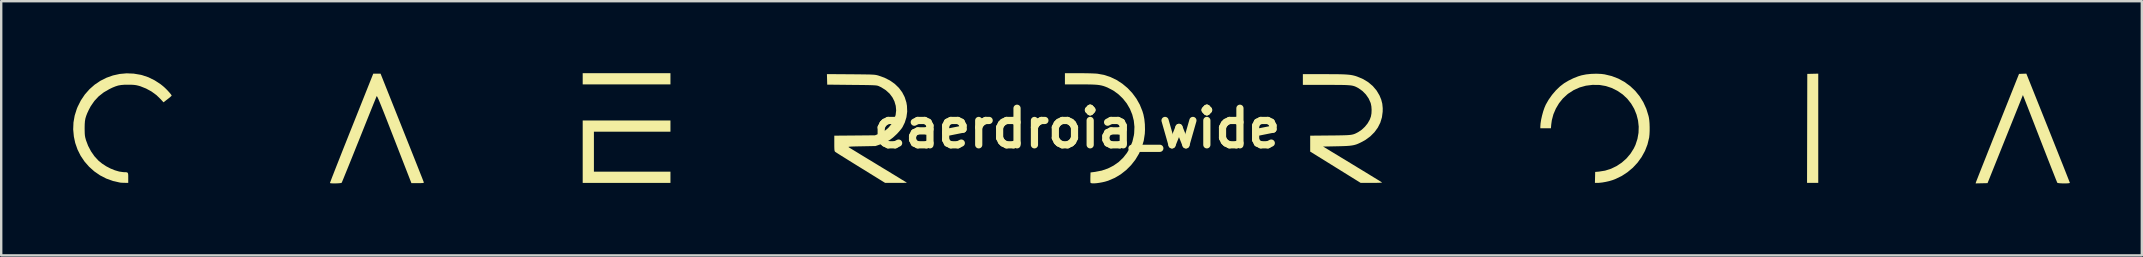
<source format=kicad_pcb>
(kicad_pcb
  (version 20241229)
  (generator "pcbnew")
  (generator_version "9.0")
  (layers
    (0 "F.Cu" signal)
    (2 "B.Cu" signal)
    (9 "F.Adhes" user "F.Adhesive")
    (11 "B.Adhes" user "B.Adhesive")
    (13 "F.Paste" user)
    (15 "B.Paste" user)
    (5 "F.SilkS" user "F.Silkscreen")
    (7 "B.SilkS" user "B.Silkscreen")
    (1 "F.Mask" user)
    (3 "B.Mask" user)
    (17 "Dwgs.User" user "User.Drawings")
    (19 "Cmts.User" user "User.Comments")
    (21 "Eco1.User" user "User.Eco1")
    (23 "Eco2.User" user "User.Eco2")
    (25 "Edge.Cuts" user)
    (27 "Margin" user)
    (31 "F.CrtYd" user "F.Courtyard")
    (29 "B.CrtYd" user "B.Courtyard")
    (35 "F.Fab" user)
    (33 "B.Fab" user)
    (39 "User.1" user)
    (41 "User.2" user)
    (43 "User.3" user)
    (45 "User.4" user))
  (footprint "caerdroia_wide"
    (layer "F.Cu")
    (at 41.837 2.296)
    (property "Reference" "caerdroia_wide" (at 0 0 0) (layer "F.SilkS") (effects (font (size 1.524 1.524) (thickness 0.3))))
    (attr board_only exclude_from_pos_files exclude_from_bom)
    (fp_poly (pts (xy -16.947 -1.829) (xy -20.604 -1.829) (xy -20.604 -2.296) (xy -16.947 -2.296)) (stroke (width 0) (type solid)) (fill yes) (layer "F.SilkS"))
    (fp_poly (pts (xy 30.886 2.276) (xy 30.419 2.276) (xy 30.429 -2.266) (xy 30.886 -2.277)) (stroke (width 0) (type solid)) (fill yes) (layer "F.SilkS"))
    (fp_poly (pts (xy -16.947 0.142) (xy -20.137 0.142) (xy -20.137 1.808) (xy -16.947 1.808) (xy -16.947 2.276) (xy -20.604 2.276) (xy -20.604 -0.325) (xy -16.947 -0.325)) (stroke (width 0) (type solid)) (fill yes) (layer "F.SilkS"))
    (fp_poly (pts (xy 40.465 -0.011) (xy 40.581 0.279) (xy 40.692 0.558) (xy 40.798 0.824) (xy 40.898 1.075) (xy 40.991 1.309) (xy 41.077 1.523) (xy 41.153 1.716) (xy 41.219 1.883) (xy 41.275 2.025) (xy 41.319 2.137) (xy 41.35 2.217) (xy 41.368 2.264) (xy 41.372 2.276) (xy 41.353 2.285) (xy 41.303 2.292) (xy 41.231 2.296) (xy 41.145 2.297) (xy 41.057 2.296) (xy 40.973 2.292) (xy 40.905 2.286) (xy 40.86 2.277) (xy 40.849 2.271) (xy 40.838 2.248) (xy 40.815 2.191) (xy 40.778 2.101) (xy 40.731 1.982) (xy 40.673 1.835) (xy 40.605 1.664) (xy 40.53 1.472) (xy 40.447 1.262) (xy 40.359 1.035) (xy 40.265 0.795) (xy 40.173 0.559) (xy 40.075 0.306) (xy 39.98 0.062) (xy 39.89 -0.171) (xy 39.805 -0.389) (xy 39.727 -0.589) (xy 39.657 -0.769) (xy 39.596 -0.926) (xy 39.545 -1.056) (xy 39.505 -1.157) (xy 39.479 -1.225) (xy 39.466 -1.256) (xy 39.415 -1.385) (xy 37.941 2.286) (xy 37.445 2.297) (xy 37.457 2.251) (xy 37.466 2.227) (xy 37.489 2.167) (xy 37.526 2.074) (xy 37.574 1.95) (xy 37.634 1.799) (xy 37.704 1.621) (xy 37.784 1.42) (xy 37.872 1.199) (xy 37.967 0.958) (xy 38.07 0.701) (xy 38.177 0.43) (xy 38.29 0.148) (xy 38.361 -0.03) (xy 39.253 -2.266) (xy 39.406 -2.272) (xy 39.558 -2.277)) (stroke (width 0) (type solid)) (fill yes) (layer "F.SilkS"))
    (fp_poly (pts (xy 0.233 -2.295) (xy 0.392 -2.293) (xy 0.541 -2.29) (xy 0.672 -2.285) (xy 0.777 -2.28) (xy 0.848 -2.274) (xy 1.124 -2.224) (xy 1.391 -2.135) (xy 1.645 -2.013) (xy 1.883 -1.859) (xy 2.102 -1.677) (xy 2.298 -1.469) (xy 2.469 -1.238) (xy 2.611 -0.987) (xy 2.72 -0.719) (xy 2.764 -0.573) (xy 2.802 -0.38) (xy 2.824 -0.164) (xy 2.829 0.06) (xy 2.821 0.229) (xy 2.777 0.515) (xy 2.695 0.792) (xy 2.579 1.057) (xy 2.43 1.305) (xy 2.252 1.533) (xy 2.048 1.738) (xy 1.82 1.917) (xy 1.571 2.066) (xy 1.303 2.181) (xy 1.27 2.192) (xy 1.16 2.225) (xy 1.042 2.252) (xy 0.923 2.273) (xy 0.809 2.288) (xy 0.709 2.295) (xy 0.629 2.294) (xy 0.576 2.284) (xy 0.557 2.269) (xy 0.554 2.238) (xy 0.552 2.177) (xy 0.552 2.096) (xy 0.553 2.042) (xy 0.559 1.841) (xy 0.753 1.816) (xy 1.027 1.763) (xy 1.283 1.675) (xy 1.519 1.555) (xy 1.731 1.406) (xy 1.918 1.229) (xy 2.077 1.027) (xy 2.207 0.802) (xy 2.304 0.557) (xy 2.366 0.293) (xy 2.378 0.204) (xy 2.389 -0.061) (xy 2.362 -0.32) (xy 2.298 -0.572) (xy 2.2 -0.811) (xy 2.07 -1.034) (xy 1.909 -1.237) (xy 1.721 -1.418) (xy 1.507 -1.573) (xy 1.269 -1.697) (xy 1.247 -1.706) (xy 1.167 -1.738) (xy 1.091 -1.764) (xy 1.013 -1.784) (xy 0.929 -1.8) (xy 0.832 -1.812) (xy 0.717 -1.82) (xy 0.579 -1.825) (xy 0.413 -1.828) (xy 0.214 -1.829) (xy 0.143 -1.829) (xy -0.508 -1.829) (xy -0.508 -2.296) (xy 0.072 -2.296)) (stroke (width 0) (type solid)) (fill yes) (layer "F.SilkS"))
    (fp_poly (pts (xy -29.027 -2.275) (xy -28.129 -0.025) (xy -28.014 0.264) (xy -27.903 0.542) (xy -27.797 0.808) (xy -27.697 1.059) (xy -27.604 1.292) (xy -27.519 1.506) (xy -27.443 1.698) (xy -27.377 1.866) (xy -27.321 2.006) (xy -27.277 2.118) (xy -27.246 2.198) (xy -27.228 2.245) (xy -27.225 2.256) (xy -27.228 2.268) (xy -27.246 2.277) (xy -27.287 2.282) (xy -27.355 2.285) (xy -27.456 2.286) (xy -27.48 2.286) (xy -27.742 2.286) (xy -28.456 0.453) (xy -28.576 0.146) (xy -28.682 -0.126) (xy -28.775 -0.364) (xy -28.856 -0.571) (xy -28.926 -0.747) (xy -28.986 -0.896) (xy -29.036 -1.02) (xy -29.077 -1.119) (xy -29.11 -1.198) (xy -29.137 -1.256) (xy -29.157 -1.298) (xy -29.172 -1.324) (xy -29.182 -1.336) (xy -29.189 -1.338) (xy -29.192 -1.335) (xy -29.202 -1.31) (xy -29.227 -1.25) (xy -29.264 -1.157) (xy -29.314 -1.036) (xy -29.374 -0.887) (xy -29.444 -0.713) (xy -29.522 -0.519) (xy -29.608 -0.305) (xy -29.7 -0.075) (xy -29.797 0.168) (xy -29.899 0.422) (xy -29.921 0.478) (xy -30.024 0.733) (xy -30.122 0.978) (xy -30.215 1.21) (xy -30.302 1.425) (xy -30.382 1.623) (xy -30.454 1.799) (xy -30.516 1.951) (xy -30.567 2.077) (xy -30.607 2.174) (xy -30.634 2.239) (xy -30.648 2.269) (xy -30.649 2.271) (xy -30.675 2.28) (xy -30.731 2.288) (xy -30.807 2.293) (xy -30.893 2.297) (xy -30.979 2.297) (xy -31.055 2.295) (xy -31.11 2.29) (xy -31.136 2.281) (xy -31.136 2.281) (xy -31.13 2.26) (xy -31.109 2.205) (xy -31.076 2.116) (xy -31.03 1.996) (xy -30.972 1.848) (xy -30.904 1.674) (xy -30.826 1.476) (xy -30.739 1.256) (xy -30.645 1.017) (xy -30.544 0.762) (xy -30.436 0.492) (xy -30.324 0.21) (xy -30.238 -0.005) (xy -29.332 -2.276)) (stroke (width 0) (type solid)) (fill yes) (layer "F.SilkS"))
    (fp_poly (pts (xy 21.846 -2.265) (xy 21.984 -2.247) (xy 22.279 -2.176) (xy 22.555 -2.07) (xy 22.812 -1.93) (xy 23.047 -1.759) (xy 23.258 -1.56) (xy 23.442 -1.334) (xy 23.597 -1.084) (xy 23.721 -0.812) (xy 23.811 -0.52) (xy 23.826 -0.457) (xy 23.843 -0.345) (xy 23.855 -0.204) (xy 23.86 -0.049) (xy 23.86 0.109) (xy 23.853 0.256) (xy 23.84 0.381) (xy 23.837 0.396) (xy 23.769 0.676) (xy 23.665 0.944) (xy 23.526 1.196) (xy 23.357 1.431) (xy 23.159 1.644) (xy 22.935 1.831) (xy 22.689 1.991) (xy 22.423 2.119) (xy 22.31 2.161) (xy 22.179 2.2) (xy 22.033 2.233) (xy 21.886 2.259) (xy 21.754 2.273) (xy 21.688 2.276) (xy 21.579 2.276) (xy 21.59 1.819) (xy 21.745 1.806) (xy 22.002 1.765) (xy 22.249 1.687) (xy 22.483 1.574) (xy 22.699 1.43) (xy 22.893 1.258) (xy 23.061 1.059) (xy 23.2 0.838) (xy 23.269 0.693) (xy 23.351 0.443) (xy 23.396 0.188) (xy 23.404 -0.069) (xy 23.376 -0.324) (xy 23.313 -0.571) (xy 23.217 -0.808) (xy 23.088 -1.029) (xy 22.928 -1.231) (xy 22.738 -1.409) (xy 22.729 -1.416) (xy 22.511 -1.564) (xy 22.278 -1.68) (xy 22.035 -1.76) (xy 21.788 -1.803) (xy 21.766 -1.805) (xy 21.478 -1.809) (xy 21.204 -1.775) (xy 20.945 -1.703) (xy 20.7 -1.594) (xy 20.471 -1.447) (xy 20.43 -1.415) (xy 20.244 -1.243) (xy 20.083 -1.043) (xy 19.951 -0.821) (xy 19.849 -0.583) (xy 19.783 -0.335) (xy 19.759 -0.162) (xy 19.745 0) (xy 19.304 0) (xy 19.304 -0.066) (xy 19.313 -0.201) (xy 19.338 -0.361) (xy 19.376 -0.531) (xy 19.423 -0.702) (xy 19.477 -0.859) (xy 19.532 -0.986) (xy 19.651 -1.193) (xy 19.794 -1.395) (xy 19.954 -1.582) (xy 20.125 -1.746) (xy 20.294 -1.876) (xy 20.477 -1.985) (xy 20.678 -2.084) (xy 20.879 -2.164) (xy 21.021 -2.207) (xy 21.21 -2.245) (xy 21.42 -2.267) (xy 21.638 -2.274)) (stroke (width 0) (type solid)) (fill yes) (layer "F.SilkS"))
    (fp_poly (pts (xy -39.316 -2.278) (xy -39.019 -2.228) (xy -38.964 -2.214) (xy -38.699 -2.125) (xy -38.442 -1.998) (xy -38.198 -1.839) (xy -38.091 -1.754) (xy -38.023 -1.694) (xy -37.951 -1.624) (xy -37.881 -1.55) (xy -37.818 -1.48) (xy -37.769 -1.421) (xy -37.74 -1.378) (xy -37.734 -1.363) (xy -37.749 -1.343) (xy -37.79 -1.306) (xy -37.85 -1.255) (xy -37.904 -1.213) (xy -38.074 -1.082) (xy -38.191 -1.212) (xy -38.367 -1.382) (xy -38.572 -1.532) (xy -38.799 -1.656) (xy -39.037 -1.751) (xy -39.106 -1.771) (xy -39.186 -1.791) (xy -39.264 -1.804) (xy -39.353 -1.812) (xy -39.462 -1.816) (xy -39.553 -1.816) (xy -39.711 -1.814) (xy -39.841 -1.803) (xy -39.957 -1.783) (xy -40.07 -1.748) (xy -40.194 -1.698) (xy -40.325 -1.635) (xy -40.565 -1.496) (xy -40.775 -1.331) (xy -40.955 -1.138) (xy -41.108 -0.916) (xy -41.188 -0.765) (xy -41.252 -0.628) (xy -41.297 -0.512) (xy -41.329 -0.405) (xy -41.348 -0.293) (xy -41.357 -0.167) (xy -41.36 -0.014) (xy -41.36 0.01) (xy -41.358 0.135) (xy -41.355 0.23) (xy -41.348 0.305) (xy -41.337 0.372) (xy -41.319 0.441) (xy -41.303 0.498) (xy -41.214 0.734) (xy -41.095 0.959) (xy -40.953 1.164) (xy -40.792 1.34) (xy -40.786 1.346) (xy -40.636 1.469) (xy -40.466 1.581) (xy -40.284 1.676) (xy -40.099 1.751) (xy -39.92 1.803) (xy -39.754 1.827) (xy -39.715 1.829) (xy -39.642 1.83) (xy -39.592 1.838) (xy -39.563 1.859) (xy -39.548 1.901) (xy -39.543 1.969) (xy -39.543 2.065) (xy -39.543 2.276) (xy -39.69 2.273) (xy -39.771 2.271) (xy -39.842 2.267) (xy -39.888 2.262) (xy -39.888 2.262) (xy -40.181 2.196) (xy -40.459 2.095) (xy -40.719 1.961) (xy -40.958 1.796) (xy -41.174 1.603) (xy -41.364 1.386) (xy -41.526 1.146) (xy -41.656 0.886) (xy -41.753 0.609) (xy -41.809 0.345) (xy -41.837 0.046) (xy -41.825 -0.244) (xy -41.775 -0.529) (xy -41.685 -0.813) (xy -41.652 -0.894) (xy -41.516 -1.164) (xy -41.351 -1.409) (xy -41.158 -1.628) (xy -40.942 -1.818) (xy -40.705 -1.978) (xy -40.45 -2.106) (xy -40.181 -2.202) (xy -39.9 -2.264) (xy -39.611 -2.29)) (stroke (width 0) (type solid)) (fill yes) (layer "F.SilkS"))
    (fp_poly (pts (xy 10.552 -2.255) (xy 10.759 -2.254) (xy 10.933 -2.252) (xy 11.079 -2.248) (xy 11.202 -2.242) (xy 11.305 -2.234) (xy 11.393 -2.224) (xy 11.47 -2.211) (xy 11.54 -2.195) (xy 11.608 -2.176) (xy 11.67 -2.155) (xy 11.916 -2.052) (xy 12.133 -1.92) (xy 12.32 -1.762) (xy 12.477 -1.578) (xy 12.6 -1.372) (xy 12.673 -1.197) (xy 12.718 -1.023) (xy 12.736 -0.838) (xy 12.734 -0.691) (xy 12.703 -0.456) (xy 12.635 -0.234) (xy 12.53 -0.026) (xy 12.391 0.164) (xy 12.22 0.335) (xy 12.019 0.483) (xy 11.886 0.558) (xy 11.791 0.606) (xy 11.706 0.645) (xy 11.625 0.676) (xy 11.542 0.699) (xy 11.452 0.716) (xy 11.347 0.729) (xy 11.222 0.738) (xy 11.07 0.744) (xy 10.885 0.749) (xy 10.831 0.75) (xy 10.252 0.762) (xy 11.471 1.501) (xy 11.674 1.625) (xy 11.867 1.742) (xy 12.047 1.851) (xy 12.211 1.952) (xy 12.357 2.041) (xy 12.482 2.117) (xy 12.582 2.178) (xy 12.655 2.224) (xy 12.698 2.251) (xy 12.709 2.258) (xy 12.696 2.263) (xy 12.646 2.268) (xy 12.566 2.272) (xy 12.46 2.274) (xy 12.333 2.275) (xy 12.272 2.275) (xy 11.816 2.275) (xy 10.765 1.623) (xy 9.713 0.971) (xy 9.713 0.308) (xy 10.551 0.3) (xy 10.768 0.298) (xy 10.949 0.295) (xy 11.098 0.292) (xy 11.22 0.288) (xy 11.319 0.282) (xy 11.399 0.274) (xy 11.465 0.263) (xy 11.52 0.249) (xy 11.571 0.231) (xy 11.62 0.209) (xy 11.673 0.181) (xy 11.71 0.162) (xy 11.859 0.062) (xy 11.994 -0.064) (xy 12.109 -0.208) (xy 12.197 -0.363) (xy 12.244 -0.491) (xy 12.267 -0.622) (xy 12.273 -0.768) (xy 12.263 -0.914) (xy 12.237 -1.041) (xy 12.231 -1.06) (xy 12.15 -1.241) (xy 12.035 -1.408) (xy 11.892 -1.553) (xy 11.729 -1.669) (xy 11.719 -1.675) (xy 11.666 -1.704) (xy 11.617 -1.728) (xy 11.568 -1.749) (xy 11.516 -1.765) (xy 11.456 -1.779) (xy 11.385 -1.789) (xy 11.298 -1.796) (xy 11.192 -1.802) (xy 11.063 -1.805) (xy 10.906 -1.807) (xy 10.719 -1.808) (xy 10.497 -1.808) (xy 10.379 -1.808) (xy 9.408 -1.808) (xy 9.408 -2.256) (xy 10.31 -2.256)) (stroke (width 0) (type solid)) (fill yes) (layer "F.SilkS"))
    (fp_poly (pts (xy -9.434 -2.251) (xy -9.207 -2.249) (xy -9.017 -2.247) (xy -8.859 -2.245) (xy -8.731 -2.243) (xy -8.627 -2.241) (xy -8.544 -2.237) (xy -8.478 -2.233) (xy -8.425 -2.228) (xy -8.382 -2.222) (xy -8.343 -2.214) (xy -8.306 -2.204) (xy -8.281 -2.197) (xy -8.027 -2.107) (xy -7.799 -1.991) (xy -7.599 -1.85) (xy -7.429 -1.686) (xy -7.29 -1.501) (xy -7.185 -1.298) (xy -7.115 -1.077) (xy -7.091 -0.937) (xy -7.081 -0.696) (xy -7.112 -0.463) (xy -7.182 -0.238) (xy -7.277 -0.046) (xy -7.319 0.015) (xy -7.383 0.094) (xy -7.458 0.18) (xy -7.529 0.254) (xy -7.675 0.388) (xy -7.821 0.495) (xy -7.981 0.583) (xy -8.166 0.659) (xy -8.209 0.674) (xy -8.402 0.74) (xy -8.981 0.751) (xy -9.149 0.754) (xy -9.281 0.757) (xy -9.379 0.76) (xy -9.449 0.764) (xy -9.494 0.768) (xy -9.519 0.773) (xy -9.526 0.78) (xy -9.52 0.788) (xy -9.51 0.796) (xy -9.484 0.812) (xy -9.427 0.847) (xy -9.34 0.9) (xy -9.228 0.968) (xy -9.094 1.05) (xy -8.939 1.145) (xy -8.768 1.249) (xy -8.582 1.361) (xy -8.386 1.48) (xy -8.28 1.545) (xy -8.081 1.666) (xy -7.892 1.78) (xy -7.717 1.887) (xy -7.557 1.984) (xy -7.416 2.07) (xy -7.298 2.143) (xy -7.203 2.2) (xy -7.136 2.241) (xy -7.1 2.264) (xy -7.093 2.268) (xy -7.11 2.27) (xy -7.162 2.272) (xy -7.244 2.274) (xy -7.349 2.275) (xy -7.472 2.276) (xy -7.542 2.276) (xy -8 2.276) (xy -9.024 1.643) (xy -9.21 1.528) (xy -9.386 1.419) (xy -9.55 1.317) (xy -9.697 1.225) (xy -9.826 1.145) (xy -9.932 1.078) (xy -10.012 1.027) (xy -10.064 0.993) (xy -10.084 0.98) (xy -10.097 0.963) (xy -10.107 0.938) (xy -10.113 0.896) (xy -10.117 0.833) (xy -10.119 0.74) (xy -10.119 0.628) (xy -10.119 0.308) (xy -9.271 0.301) (xy -8.423 0.293) (xy -8.288 0.241) (xy -8.135 0.175) (xy -8.009 0.1) (xy -7.896 0.008) (xy -7.852 -0.035) (xy -7.719 -0.196) (xy -7.622 -0.371) (xy -7.563 -0.555) (xy -7.541 -0.744) (xy -7.558 -0.935) (xy -7.613 -1.123) (xy -7.692 -1.28) (xy -7.815 -1.445) (xy -7.972 -1.587) (xy -8.161 -1.707) (xy -8.27 -1.759) (xy -8.293 -1.768) (xy -8.319 -1.775) (xy -8.351 -1.782) (xy -8.394 -1.787) (xy -8.451 -1.791) (xy -8.525 -1.795) (xy -8.62 -1.798) (xy -8.74 -1.801) (xy -8.888 -1.803) (xy -9.068 -1.805) (xy -9.283 -1.807) (xy -9.388 -1.808) (xy -10.414 -1.819) (xy -10.42 -2.038) (xy -10.426 -2.258)) (stroke (width 0) (type solid)) (fill yes) (layer "F.SilkS")))
  (gr_rect
    (start -3 -3)
    (end 86.208 7.594)
    (stroke (width 0.1) (type default))
    (fill no)
    (layer "Edge.Cuts")))
</source>
